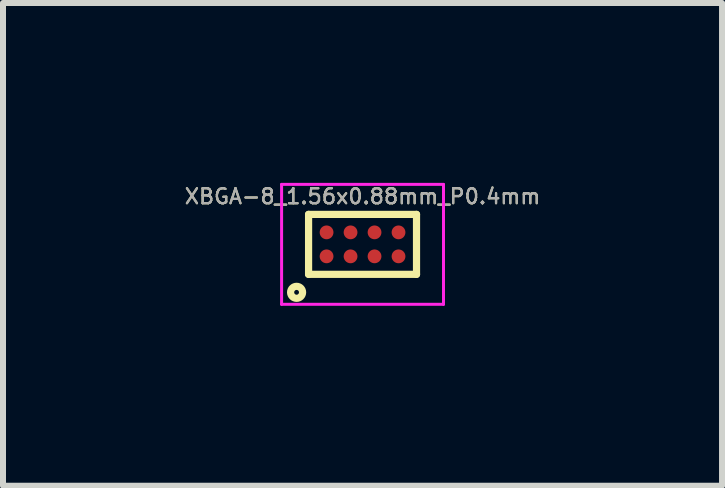
<source format=kicad_pcb>
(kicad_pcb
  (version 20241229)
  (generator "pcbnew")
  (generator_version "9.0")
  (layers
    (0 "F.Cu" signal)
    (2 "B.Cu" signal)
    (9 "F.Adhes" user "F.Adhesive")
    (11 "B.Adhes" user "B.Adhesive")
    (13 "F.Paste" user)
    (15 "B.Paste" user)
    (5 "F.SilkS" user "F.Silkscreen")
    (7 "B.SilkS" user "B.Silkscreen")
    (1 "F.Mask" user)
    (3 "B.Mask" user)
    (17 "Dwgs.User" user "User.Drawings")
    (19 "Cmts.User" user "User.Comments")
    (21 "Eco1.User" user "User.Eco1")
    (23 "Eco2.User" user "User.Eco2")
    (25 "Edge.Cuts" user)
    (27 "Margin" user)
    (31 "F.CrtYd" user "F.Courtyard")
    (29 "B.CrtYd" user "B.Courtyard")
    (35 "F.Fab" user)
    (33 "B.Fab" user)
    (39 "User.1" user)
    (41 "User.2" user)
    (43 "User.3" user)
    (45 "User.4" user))
  (footprint "XBGA-8_1.56x0.88mm_P0.4mm"
    (layer "F.Cu")
    (at 2.996 1.025)
    (property "Reference" "XBGA-8_1.56x0.88mm_P0.4mm" (at 0 -0.8 0) (layer "F.SilkS") (effects (font (size 0.25 0.25) (thickness 0.037))))
    (attr smd)
    (fp_line (start -0.9 -0.5) (end 0.9 -0.5) (stroke (width 0.12) (type solid)) (layer "F.SilkS"))
    (fp_line (start -0.9 0.5) (end -0.9 -0.5) (stroke (width 0.12) (type solid)) (layer "F.SilkS"))
    (fp_line (start 0.9 -0.5) (end 0.9 0.5) (stroke (width 0.12) (type solid)) (layer "F.SilkS"))
    (fp_line (start 0.9 0.5) (end -0.9 0.5) (stroke (width 0.12) (type solid)) (layer "F.SilkS"))
    (fp_circle (center -1.1 0.8) (end -1 0.8) (stroke (width 0.12) (type solid)) (fill no) (layer "F.SilkS"))
    (fp_line (start -1.35 -1) (end 1.35 -1) (stroke (width 0.05) (type solid)) (layer "F.CrtYd"))
    (fp_line (start -1.35 1) (end -1.35 -1) (stroke (width 0.05) (type solid)) (layer "F.CrtYd"))
    (fp_line (start 1.35 -1) (end 1.35 1) (stroke (width 0.05) (type solid)) (layer "F.CrtYd"))
    (fp_line (start 1.35 1) (end -1.35 1) (stroke (width 0.05) (type solid)) (layer "F.CrtYd"))
    (fp_text user "${REFERENCE}" (at 0 -0.8 0) (layer "F.Fab") (effects (font (size 0.25 0.25) (thickness 0.037))))
    (pad "A1" smd circle (at -0.6 0.2) (size 0.23 0.23) (layers "F.Cu" "F.Mask" "F.Paste"))
    (pad "A2" smd circle (at -0.6 -0.2 90) (size 0.23 0.23) (layers "F.Cu" "F.Mask" "F.Paste"))
    (pad "B1" smd circle (at -0.2 0.2 90) (size 0.23 0.23) (layers "F.Cu" "F.Mask" "F.Paste"))
    (pad "B2" smd circle (at -0.2 -0.2 90) (size 0.23 0.23) (layers "F.Cu" "F.Mask" "F.Paste"))
    (pad "C1" smd circle (at 0.2 0.2 90) (size 0.23 0.23) (layers "F.Cu" "F.Mask" "F.Paste"))
    (pad "C2" smd circle (at 0.2 -0.2 90) (size 0.23 0.23) (layers "F.Cu" "F.Mask" "F.Paste"))
    (pad "D1" smd circle (at 0.6 0.2 90) (size 0.23 0.23) (layers "F.Cu" "F.Mask" "F.Paste"))
    (pad "D2" smd circle (at 0.6 -0.2 90) (size 0.23 0.23) (layers "F.Cu" "F.Mask" "F.Paste")))
  (gr_rect
    (start -3 -3)
    (end 8.991 5.05)
    (stroke (width 0.1) (type default))
    (fill no)
    (layer "Edge.Cuts")))
</source>
